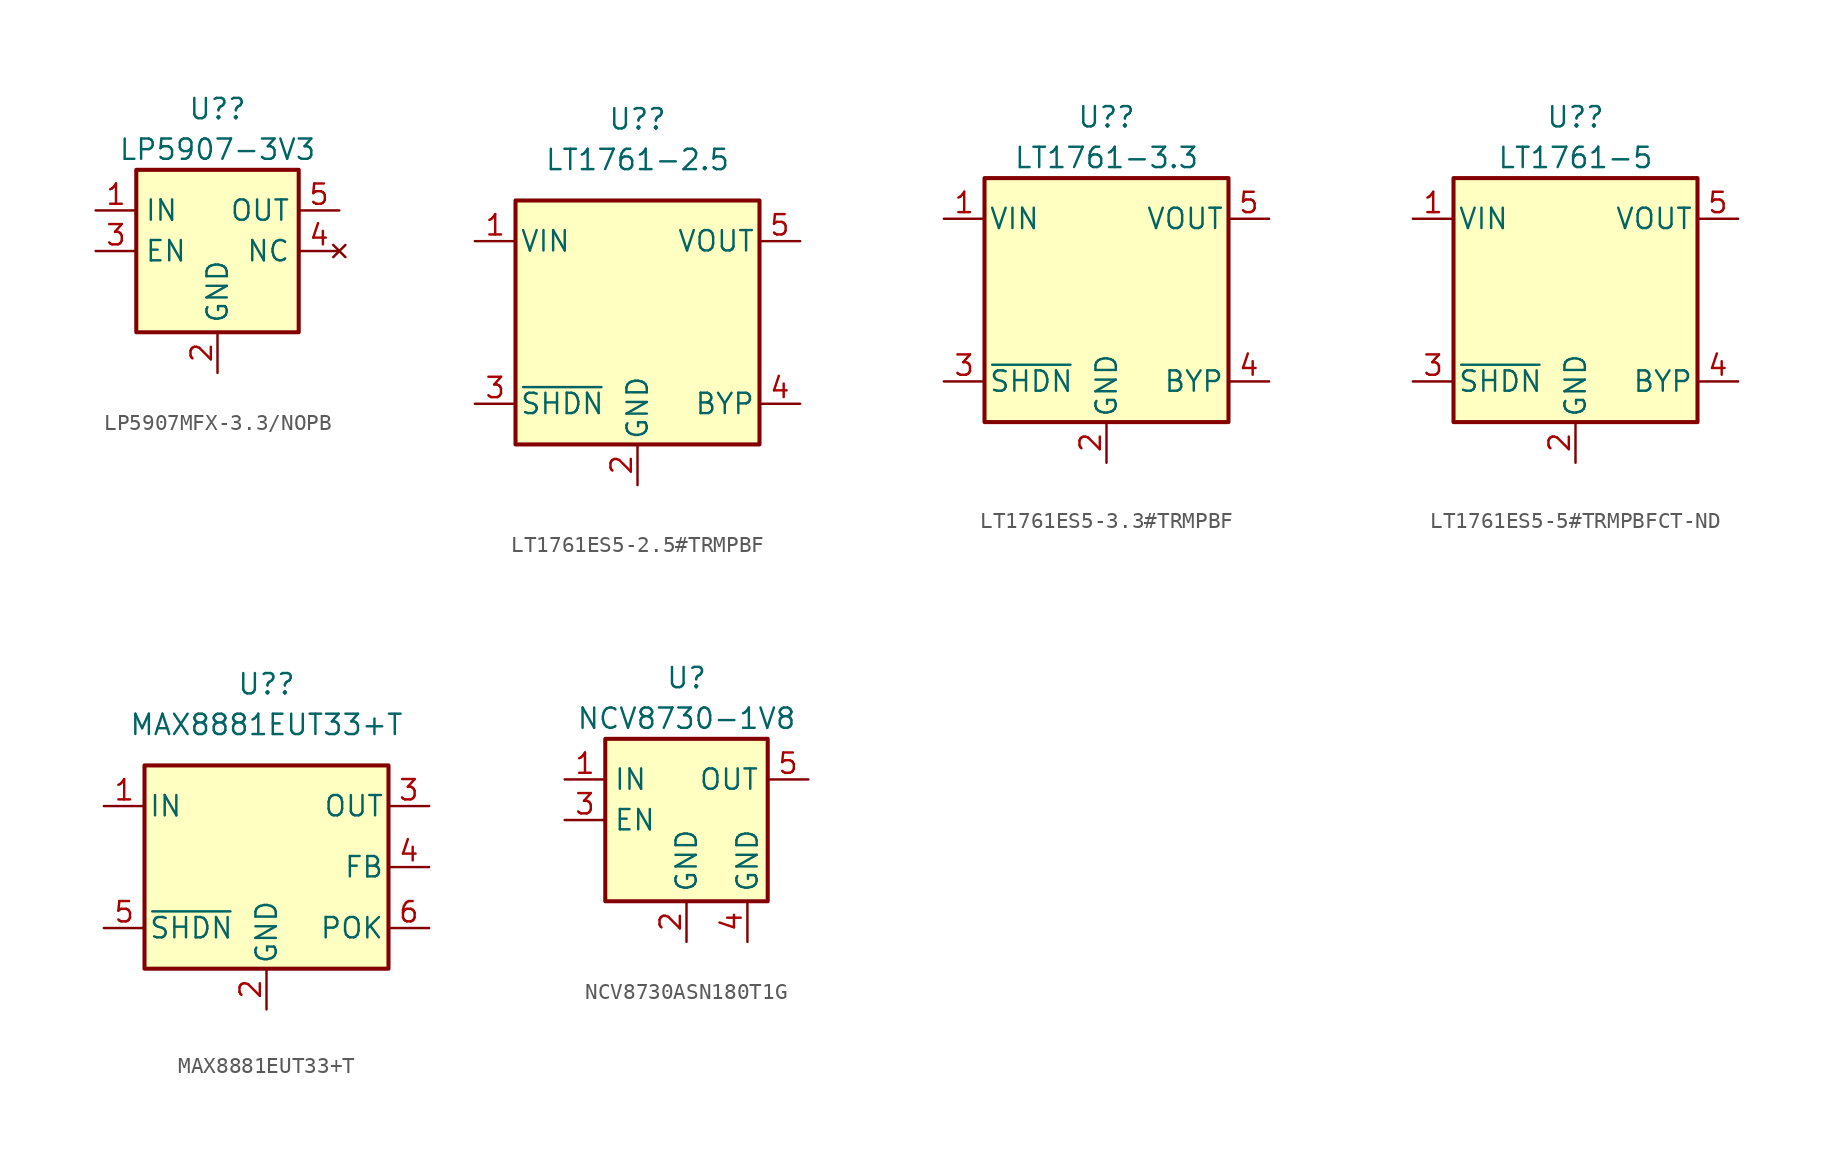
<source format=kicad_sym>
(kicad_symbol_lib
  (version 20220914)
  (generator kicad_symbol_editor)
  (symbol "LP5907MFX-3.3/NOPB"
    (property "Reference" "U?"
      (at 0 8.89 0)
      (effects (font (size 1.27 1.27))))
    (property "Value" "LP5907-3V3"
      (at 0 6.35 0)
      (effects (font (size 1.27 1.27))))
    (symbol "LP5907MFX-3.3/NOPB_0_1"
      (rectangle (start -5.08 5.08) (end 5.08 -5.08) (stroke (width 0.254) (type default)) (fill (type background)))
      (pin power_in line (at -7.62 2.54 0) (length 2.54) (name "IN" (effects (font (size 1.27 1.27)))) (number "1" (effects (font (size 1.27 1.27)))))
      (pin power_in line (at 0 -7.62 90) (length 2.54) (name "GND" (effects (font (size 1.27 1.27)))) (number "2" (effects (font (size 1.27 1.27)))))
      (pin input line (at -7.62 0 0) (length 2.54) (name "EN" (effects (font (size 1.27 1.27)))) (number "3" (effects (font (size 1.27 1.27)))))
      (pin power_out line (at 7.62 2.54 180) (length 2.54) (name "OUT" (effects (font (size 1.27 1.27)))) (number "5" (effects (font (size 1.27 1.27))))))
    (symbol "LP5907MFX-3.3/NOPB_1_1"
      (pin no_connect line (at 7.62 0 180) (length 2.54) (name "NC" (effects (font (size 1.27 1.27)))) (number "4" (effects (font (size 1.27 1.27)))))))
  (symbol "LT1761ES5-2.5#TRMPBF"
    (pin_names
      (offset 0.254))
    (property "Reference" "U?"
      (at 0 12.7 0)
      (effects (font (size 1.27 1.27))))
    (property "Value" "LT1761-2.5"
      (at 0 10.16 0)
      (effects (font (size 1.27 1.27))))
    (symbol "LT1761ES5-2.5#TRMPBF_0_1"
      (rectangle (start -7.62 7.62) (end 7.62 -7.62) (stroke (width 0.254) (type default)) (fill (type background))))
    (symbol "LT1761ES5-2.5#TRMPBF_1_1"
      (pin power_in line (at -10.16 5.08 0) (length 2.54) (name "VIN" (effects (font (size 1.27 1.27)))) (number "1" (effects (font (size 1.27 1.27)))))
      (pin power_in line (at 0 -10.16 90) (length 2.54) (name "GND" (effects (font (size 1.27 1.27)))) (number "2" (effects (font (size 1.27 1.27)))))
      (pin input line (at -10.16 -5.08 0) (length 2.54) (name "~{SHDN}" (effects (font (size 1.27 1.27)))) (number "3" (effects (font (size 1.27 1.27)))))
      (pin passive line (at 10.16 -5.08 180) (length 2.54) (name "BYP" (effects (font (size 1.27 1.27)))) (number "4" (effects (font (size 1.27 1.27)))))
      (pin power_out line (at 10.16 5.08 180) (length 2.54) (name "VOUT" (effects (font (size 1.27 1.27)))) (number "5" (effects (font (size 1.27 1.27)))))))
  (symbol "LT1761ES5-3.3#TRMPBF"
    (pin_names
      (offset 0.254))
    (property "Reference" "U?"
      (at 0 11.43 0)
      (effects (font (size 1.27 1.27))))
    (property "Value" "LT1761-3.3"
      (at 0 8.89 0)
      (effects (font (size 1.27 1.27))))
    (symbol "LT1761ES5-3.3#TRMPBF_0_1"
      (rectangle (start -7.62 7.62) (end 7.62 -7.62) (stroke (width 0.254) (type default)) (fill (type background))))
    (symbol "LT1761ES5-3.3#TRMPBF_1_1"
      (pin power_in line (at -10.16 5.08 0) (length 2.54) (name "VIN" (effects (font (size 1.27 1.27)))) (number "1" (effects (font (size 1.27 1.27)))))
      (pin power_in line (at 0 -10.16 90) (length 2.54) (name "GND" (effects (font (size 1.27 1.27)))) (number "2" (effects (font (size 1.27 1.27)))))
      (pin input line (at -10.16 -5.08 0) (length 2.54) (name "~{SHDN}" (effects (font (size 1.27 1.27)))) (number "3" (effects (font (size 1.27 1.27)))))
      (pin passive line (at 10.16 -5.08 180) (length 2.54) (name "BYP" (effects (font (size 1.27 1.27)))) (number "4" (effects (font (size 1.27 1.27)))))
      (pin power_out line (at 10.16 5.08 180) (length 2.54) (name "VOUT" (effects (font (size 1.27 1.27)))) (number "5" (effects (font (size 1.27 1.27)))))))
  (symbol "LT1761ES5-5#TRMPBFCT-ND"
    (pin_names
      (offset 0.254))
    (property "Reference" "U?"
      (at 0 11.43 0)
      (effects (font (size 1.27 1.27))))
    (property "Value" "LT1761-5"
      (at 0 8.89 0)
      (effects (font (size 1.27 1.27))))
    (symbol "LT1761ES5-5#TRMPBFCT-ND_0_1"
      (rectangle (start -7.62 7.62) (end 7.62 -7.62) (stroke (width 0.254) (type default)) (fill (type background))))
    (symbol "LT1761ES5-5#TRMPBFCT-ND_1_1"
      (pin power_in line (at -10.16 5.08 0) (length 2.54) (name "VIN" (effects (font (size 1.27 1.27)))) (number "1" (effects (font (size 1.27 1.27)))))
      (pin power_in line (at 0 -10.16 90) (length 2.54) (name "GND" (effects (font (size 1.27 1.27)))) (number "2" (effects (font (size 1.27 1.27)))))
      (pin input line (at -10.16 -5.08 0) (length 2.54) (name "~{SHDN}" (effects (font (size 1.27 1.27)))) (number "3" (effects (font (size 1.27 1.27)))))
      (pin passive line (at 10.16 -5.08 180) (length 2.54) (name "BYP" (effects (font (size 1.27 1.27)))) (number "4" (effects (font (size 1.27 1.27)))))
      (pin power_out line (at 10.16 5.08 180) (length 2.54) (name "VOUT" (effects (font (size 1.27 1.27)))) (number "5" (effects (font (size 1.27 1.27)))))))
  (symbol "MAX8881EUT33+T"
    (pin_names
      (offset 0.254))
    (property "Reference" "U?"
      (at 0 11.43 0)
      (effects (font (size 1.27 1.27))))
    (property "Value" "MAX8881EUT33+T"
      (at 0 8.89 0)
      (effects (font (size 1.27 1.27))))
    (symbol "MAX8881EUT33+T_0_1"
      (rectangle (start -7.62 6.35) (end 7.62 -6.35) (stroke (width 0.254) (type default)) (fill (type background))))
    (symbol "MAX8881EUT33+T_1_1"
      (pin power_in line (at -10.16 3.81 0) (length 2.54) (name "IN" (effects (font (size 1.27 1.27)))) (number "1" (effects (font (size 1.27 1.27)))))
      (pin power_in line (at 0 -8.89 90) (length 2.54) (name "GND" (effects (font (size 1.27 1.27)))) (number "2" (effects (font (size 1.27 1.27)))))
      (pin power_out line (at 10.16 3.81 180) (length 2.54) (name "OUT" (effects (font (size 1.27 1.27)))) (number "3" (effects (font (size 1.27 1.27)))))
      (pin input line (at 10.16 0 180) (length 2.54) (name "FB" (effects (font (size 1.27 1.27)))) (number "4" (effects (font (size 1.27 1.27)))))
      (pin input line (at -10.16 -3.81 0) (length 2.54) (name "~{SHDN}" (effects (font (size 1.27 1.27)))) (number "5" (effects (font (size 1.27 1.27)))))
      (pin open_collector line (at 10.16 -3.81 180) (length 2.54) (name "POK" (effects (font (size 1.27 1.27)))) (number "6" (effects (font (size 1.27 1.27)))))))
  (symbol "NCV8730ASN180T1G"
    (property "Reference" "U"
      (at 0 8.89 0)
      (effects (font (size 1.27 1.27))))
    (property "Value" "NCV8730-1V8"
      (at 0 6.35 0)
      (effects (font (size 1.27 1.27))))
    (symbol "NCV8730ASN180T1G_0_1"
      (rectangle (start -5.08 -5.08) (end 5.08 5.08) (stroke (width 0.254) (type default)) (fill (type background)))
      (pin power_in line (at -7.62 2.54 0) (length 2.54) (name "IN" (effects (font (size 1.27 1.27)))) (number "1" (effects (font (size 1.27 1.27)))))
      (pin power_in line (at 0 -7.62 90) (length 2.54) (name "GND" (effects (font (size 1.27 1.27)))) (number "2" (effects (font (size 1.27 1.27)))))
      (pin input line (at -7.62 0 0) (length 2.54) (name "EN" (effects (font (size 1.27 1.27)))) (number "3" (effects (font (size 1.27 1.27)))))
      (pin power_out line (at 7.62 2.54 180) (length 2.54) (name "OUT" (effects (font (size 1.27 1.27)))) (number "5" (effects (font (size 1.27 1.27))))))
    (symbol "NCV8730ASN180T1G_1_1"
      (pin passive line (at 3.81 -7.62 90) (length 2.54) (name "GND" (effects (font (size 1.27 1.27)))) (number "4" (effects (font (size 1.27 1.27))))))))
</source>
